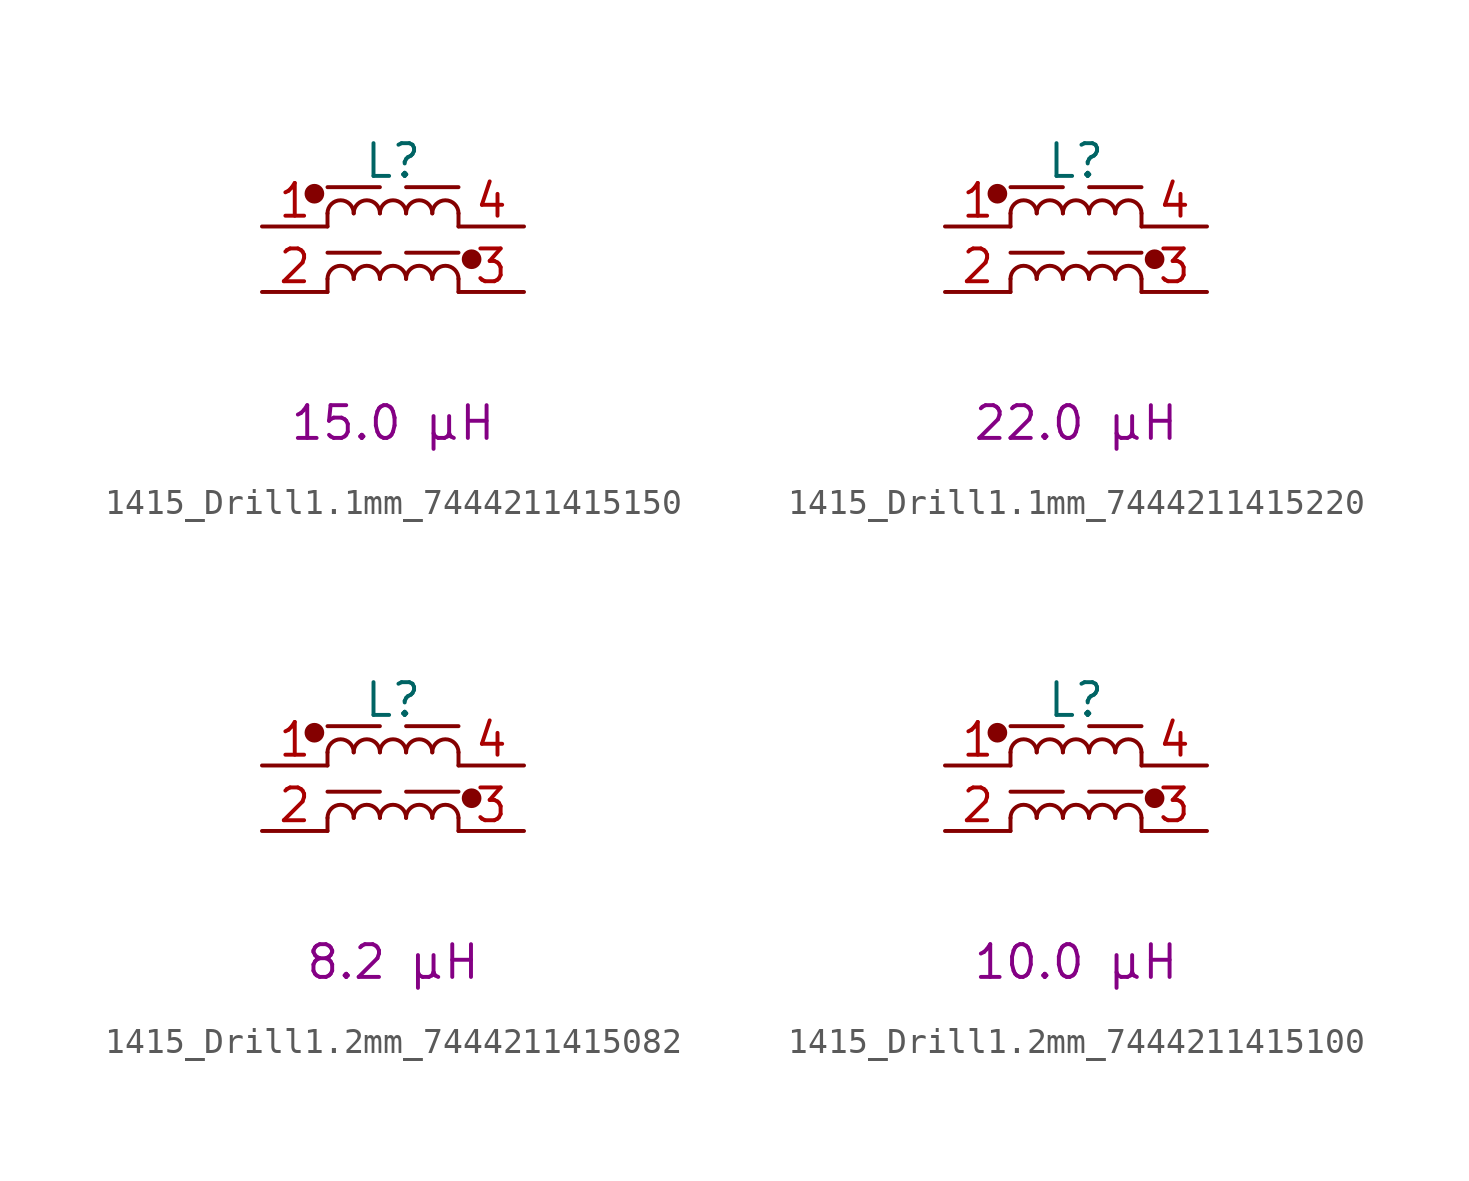
<source format=kicad_sym>
(kicad_symbol_lib
  (version 20220914)
  (generator kicad_symbol_editor)
  (symbol "1415_Drill1.1mm_7444211415150"
    (pin_names hide)
    (property "Reference" "L"
      (at 0 5.08 0)
      (effects (font (size 1.27 1.27))))
    (property "Critical Parameter" "15.0 µH"
      (at 0 -5.08 0)
      (effects (font (size 1.27 1.27))))
    (symbol "1415_Drill1.1mm_7444211415150_0_1"
      (arc (start -1.524 0.508) (mid -2.032 1.0138) (end -2.54 0.508) (stroke (width 0) (type default)) (fill (type none)))
      (arc (start -1.524 3.048) (mid -2.032 3.5538) (end -2.54 3.048) (stroke (width 0) (type default)) (fill (type none)))
      (arc (start -0.508 0.508) (mid -1.016 1.0138) (end -1.524 0.508) (stroke (width 0) (type default)) (fill (type none)))
      (arc (start -0.508 3.048) (mid -1.016 3.5538) (end -1.524 3.048) (stroke (width 0) (type default)) (fill (type none)))
      (polyline (pts (xy -2.54 0.508) (xy -2.54 0)) (stroke (width 0) (type default)) (fill (type none)))
      (polyline (pts (xy -2.54 1.524) (xy -0.508 1.524)) (stroke (width 0) (type default)) (fill (type none)))
      (polyline (pts (xy -2.54 3.048) (xy -2.54 2.54)) (stroke (width 0) (type default)) (fill (type none)))
      (polyline (pts (xy -2.54 4.064) (xy -0.508 4.064)) (stroke (width 0) (type default)) (fill (type none)))
      (polyline (pts (xy 0.508 1.524) (xy 2.54 1.524)) (stroke (width 0) (type default)) (fill (type none)))
      (polyline (pts (xy 0.508 4.064) (xy 2.54 4.064)) (stroke (width 0) (type default)) (fill (type none)))
      (polyline (pts (xy 2.54 0.508) (xy 2.54 0)) (stroke (width 0) (type default)) (fill (type none)))
      (polyline (pts (xy 2.54 3.048) (xy 2.54 2.54)) (stroke (width 0) (type default)) (fill (type none)))
      (arc (start 0.508 0.508) (mid 0 1.0138) (end -0.508 0.508) (stroke (width 0) (type default)) (fill (type none)))
      (arc (start 0.508 3.048) (mid 0 3.5538) (end -0.508 3.048) (stroke (width 0) (type default)) (fill (type none)))
      (arc (start 1.524 0.508) (mid 1.016 1.0138) (end 0.508 0.508) (stroke (width 0) (type default)) (fill (type none)))
      (arc (start 1.524 3.048) (mid 1.016 3.5538) (end 0.508 3.048) (stroke (width 0) (type default)) (fill (type none)))
      (arc (start 2.54 0.508) (mid 2.032 1.0138) (end 1.524 0.508) (stroke (width 0) (type default)) (fill (type none)))
      (arc (start 2.54 3.048) (mid 2.032 3.5538) (end 1.524 3.048) (stroke (width 0) (type default)) (fill (type none))))
    (symbol "1415_Drill1.1mm_7444211415150_1_1"
      (circle (center -3.048 3.81) (radius 0.0001) (stroke (width 0.381) (type default)) (fill (type none)))
      (circle (center 3.048 1.27) (radius 0.0001) (stroke (width 0.381) (type default)) (fill (type none)))
      (pin passive line (at -5.08 2.54 0) (length 2.54) (name "1" (effects (font (size 1.27 1.27)))) (number "1" (effects (font (size 1.27 1.27)))))
      (pin passive line (at -5.08 0 0) (length 2.54) (name "2" (effects (font (size 1.27 1.27)))) (number "2" (effects (font (size 1.27 1.27)))))
      (pin passive line (at 5.08 0 180) (length 2.54) (name "3" (effects (font (size 1.27 1.27)))) (number "3" (effects (font (size 1.27 1.27)))))
      (pin passive line (at 5.08 2.54 180) (length 2.54) (name "4" (effects (font (size 1.27 1.27)))) (number "4" (effects (font (size 1.27 1.27)))))))
  (symbol "1415_Drill1.1mm_7444211415220"
    (pin_names hide)
    (property "Reference" "L"
      (at 0 5.08 0)
      (effects (font (size 1.27 1.27))))
    (property "Critical Parameter" "22.0 µH"
      (at 0 -5.08 0)
      (effects (font (size 1.27 1.27))))
    (symbol "1415_Drill1.1mm_7444211415220_0_1"
      (arc (start -1.524 0.508) (mid -2.032 1.0138) (end -2.54 0.508) (stroke (width 0) (type default)) (fill (type none)))
      (arc (start -1.524 3.048) (mid -2.032 3.5538) (end -2.54 3.048) (stroke (width 0) (type default)) (fill (type none)))
      (arc (start -0.508 0.508) (mid -1.016 1.0138) (end -1.524 0.508) (stroke (width 0) (type default)) (fill (type none)))
      (arc (start -0.508 3.048) (mid -1.016 3.5538) (end -1.524 3.048) (stroke (width 0) (type default)) (fill (type none)))
      (polyline (pts (xy -2.54 0.508) (xy -2.54 0)) (stroke (width 0) (type default)) (fill (type none)))
      (polyline (pts (xy -2.54 1.524) (xy -0.508 1.524)) (stroke (width 0) (type default)) (fill (type none)))
      (polyline (pts (xy -2.54 3.048) (xy -2.54 2.54)) (stroke (width 0) (type default)) (fill (type none)))
      (polyline (pts (xy -2.54 4.064) (xy -0.508 4.064)) (stroke (width 0) (type default)) (fill (type none)))
      (polyline (pts (xy 0.508 1.524) (xy 2.54 1.524)) (stroke (width 0) (type default)) (fill (type none)))
      (polyline (pts (xy 0.508 4.064) (xy 2.54 4.064)) (stroke (width 0) (type default)) (fill (type none)))
      (polyline (pts (xy 2.54 0.508) (xy 2.54 0)) (stroke (width 0) (type default)) (fill (type none)))
      (polyline (pts (xy 2.54 3.048) (xy 2.54 2.54)) (stroke (width 0) (type default)) (fill (type none)))
      (arc (start 0.508 0.508) (mid 0 1.0138) (end -0.508 0.508) (stroke (width 0) (type default)) (fill (type none)))
      (arc (start 0.508 3.048) (mid 0 3.5538) (end -0.508 3.048) (stroke (width 0) (type default)) (fill (type none)))
      (arc (start 1.524 0.508) (mid 1.016 1.0138) (end 0.508 0.508) (stroke (width 0) (type default)) (fill (type none)))
      (arc (start 1.524 3.048) (mid 1.016 3.5538) (end 0.508 3.048) (stroke (width 0) (type default)) (fill (type none)))
      (arc (start 2.54 0.508) (mid 2.032 1.0138) (end 1.524 0.508) (stroke (width 0) (type default)) (fill (type none)))
      (arc (start 2.54 3.048) (mid 2.032 3.5538) (end 1.524 3.048) (stroke (width 0) (type default)) (fill (type none))))
    (symbol "1415_Drill1.1mm_7444211415220_1_1"
      (circle (center -3.048 3.81) (radius 0.0001) (stroke (width 0.381) (type default)) (fill (type none)))
      (circle (center 3.048 1.27) (radius 0.0001) (stroke (width 0.381) (type default)) (fill (type none)))
      (pin passive line (at -5.08 2.54 0) (length 2.54) (name "1" (effects (font (size 1.27 1.27)))) (number "1" (effects (font (size 1.27 1.27)))))
      (pin passive line (at -5.08 0 0) (length 2.54) (name "2" (effects (font (size 1.27 1.27)))) (number "2" (effects (font (size 1.27 1.27)))))
      (pin passive line (at 5.08 0 180) (length 2.54) (name "3" (effects (font (size 1.27 1.27)))) (number "3" (effects (font (size 1.27 1.27)))))
      (pin passive line (at 5.08 2.54 180) (length 2.54) (name "4" (effects (font (size 1.27 1.27)))) (number "4" (effects (font (size 1.27 1.27)))))))
  (symbol "1415_Drill1.2mm_7444211415082"
    (pin_names hide)
    (property "Reference" "L"
      (at 0 5.08 0)
      (effects (font (size 1.27 1.27))))
    (property "Critical Parameter" "8.2 µH"
      (at 0 -5.08 0)
      (effects (font (size 1.27 1.27))))
    (symbol "1415_Drill1.2mm_7444211415082_0_1"
      (arc (start -1.524 0.508) (mid -2.032 1.0138) (end -2.54 0.508) (stroke (width 0) (type default)) (fill (type none)))
      (arc (start -1.524 3.048) (mid -2.032 3.5538) (end -2.54 3.048) (stroke (width 0) (type default)) (fill (type none)))
      (arc (start -0.508 0.508) (mid -1.016 1.0138) (end -1.524 0.508) (stroke (width 0) (type default)) (fill (type none)))
      (arc (start -0.508 3.048) (mid -1.016 3.5538) (end -1.524 3.048) (stroke (width 0) (type default)) (fill (type none)))
      (polyline (pts (xy -2.54 0.508) (xy -2.54 0)) (stroke (width 0) (type default)) (fill (type none)))
      (polyline (pts (xy -2.54 1.524) (xy -0.508 1.524)) (stroke (width 0) (type default)) (fill (type none)))
      (polyline (pts (xy -2.54 3.048) (xy -2.54 2.54)) (stroke (width 0) (type default)) (fill (type none)))
      (polyline (pts (xy -2.54 4.064) (xy -0.508 4.064)) (stroke (width 0) (type default)) (fill (type none)))
      (polyline (pts (xy 0.508 1.524) (xy 2.54 1.524)) (stroke (width 0) (type default)) (fill (type none)))
      (polyline (pts (xy 0.508 4.064) (xy 2.54 4.064)) (stroke (width 0) (type default)) (fill (type none)))
      (polyline (pts (xy 2.54 0.508) (xy 2.54 0)) (stroke (width 0) (type default)) (fill (type none)))
      (polyline (pts (xy 2.54 3.048) (xy 2.54 2.54)) (stroke (width 0) (type default)) (fill (type none)))
      (arc (start 0.508 0.508) (mid 0 1.0138) (end -0.508 0.508) (stroke (width 0) (type default)) (fill (type none)))
      (arc (start 0.508 3.048) (mid 0 3.5538) (end -0.508 3.048) (stroke (width 0) (type default)) (fill (type none)))
      (arc (start 1.524 0.508) (mid 1.016 1.0138) (end 0.508 0.508) (stroke (width 0) (type default)) (fill (type none)))
      (arc (start 1.524 3.048) (mid 1.016 3.5538) (end 0.508 3.048) (stroke (width 0) (type default)) (fill (type none)))
      (arc (start 2.54 0.508) (mid 2.032 1.0138) (end 1.524 0.508) (stroke (width 0) (type default)) (fill (type none)))
      (arc (start 2.54 3.048) (mid 2.032 3.5538) (end 1.524 3.048) (stroke (width 0) (type default)) (fill (type none))))
    (symbol "1415_Drill1.2mm_7444211415082_1_1"
      (circle (center -3.048 3.81) (radius 0.0001) (stroke (width 0.381) (type default)) (fill (type none)))
      (circle (center 3.048 1.27) (radius 0.0001) (stroke (width 0.381) (type default)) (fill (type none)))
      (pin passive line (at -5.08 2.54 0) (length 2.54) (name "1" (effects (font (size 1.27 1.27)))) (number "1" (effects (font (size 1.27 1.27)))))
      (pin passive line (at -5.08 0 0) (length 2.54) (name "2" (effects (font (size 1.27 1.27)))) (number "2" (effects (font (size 1.27 1.27)))))
      (pin passive line (at 5.08 0 180) (length 2.54) (name "3" (effects (font (size 1.27 1.27)))) (number "3" (effects (font (size 1.27 1.27)))))
      (pin passive line (at 5.08 2.54 180) (length 2.54) (name "4" (effects (font (size 1.27 1.27)))) (number "4" (effects (font (size 1.27 1.27)))))))
  (symbol "1415_Drill1.2mm_7444211415100"
    (pin_names hide)
    (property "Reference" "L"
      (at 0 5.08 0)
      (effects (font (size 1.27 1.27))))
    (property "Critical Parameter" "10.0 µH"
      (at 0 -5.08 0)
      (effects (font (size 1.27 1.27))))
    (symbol "1415_Drill1.2mm_7444211415100_0_1"
      (arc (start -1.524 0.508) (mid -2.032 1.0138) (end -2.54 0.508) (stroke (width 0) (type default)) (fill (type none)))
      (arc (start -1.524 3.048) (mid -2.032 3.5538) (end -2.54 3.048) (stroke (width 0) (type default)) (fill (type none)))
      (arc (start -0.508 0.508) (mid -1.016 1.0138) (end -1.524 0.508) (stroke (width 0) (type default)) (fill (type none)))
      (arc (start -0.508 3.048) (mid -1.016 3.5538) (end -1.524 3.048) (stroke (width 0) (type default)) (fill (type none)))
      (polyline (pts (xy -2.54 0.508) (xy -2.54 0)) (stroke (width 0) (type default)) (fill (type none)))
      (polyline (pts (xy -2.54 1.524) (xy -0.508 1.524)) (stroke (width 0) (type default)) (fill (type none)))
      (polyline (pts (xy -2.54 3.048) (xy -2.54 2.54)) (stroke (width 0) (type default)) (fill (type none)))
      (polyline (pts (xy -2.54 4.064) (xy -0.508 4.064)) (stroke (width 0) (type default)) (fill (type none)))
      (polyline (pts (xy 0.508 1.524) (xy 2.54 1.524)) (stroke (width 0) (type default)) (fill (type none)))
      (polyline (pts (xy 0.508 4.064) (xy 2.54 4.064)) (stroke (width 0) (type default)) (fill (type none)))
      (polyline (pts (xy 2.54 0.508) (xy 2.54 0)) (stroke (width 0) (type default)) (fill (type none)))
      (polyline (pts (xy 2.54 3.048) (xy 2.54 2.54)) (stroke (width 0) (type default)) (fill (type none)))
      (arc (start 0.508 0.508) (mid 0 1.0138) (end -0.508 0.508) (stroke (width 0) (type default)) (fill (type none)))
      (arc (start 0.508 3.048) (mid 0 3.5538) (end -0.508 3.048) (stroke (width 0) (type default)) (fill (type none)))
      (arc (start 1.524 0.508) (mid 1.016 1.0138) (end 0.508 0.508) (stroke (width 0) (type default)) (fill (type none)))
      (arc (start 1.524 3.048) (mid 1.016 3.5538) (end 0.508 3.048) (stroke (width 0) (type default)) (fill (type none)))
      (arc (start 2.54 0.508) (mid 2.032 1.0138) (end 1.524 0.508) (stroke (width 0) (type default)) (fill (type none)))
      (arc (start 2.54 3.048) (mid 2.032 3.5538) (end 1.524 3.048) (stroke (width 0) (type default)) (fill (type none))))
    (symbol "1415_Drill1.2mm_7444211415100_1_1"
      (circle (center -3.048 3.81) (radius 0.0001) (stroke (width 0.381) (type default)) (fill (type none)))
      (circle (center 3.048 1.27) (radius 0.0001) (stroke (width 0.381) (type default)) (fill (type none)))
      (pin passive line (at -5.08 2.54 0) (length 2.54) (name "1" (effects (font (size 1.27 1.27)))) (number "1" (effects (font (size 1.27 1.27)))))
      (pin passive line (at -5.08 0 0) (length 2.54) (name "2" (effects (font (size 1.27 1.27)))) (number "2" (effects (font (size 1.27 1.27)))))
      (pin passive line (at 5.08 0 180) (length 2.54) (name "3" (effects (font (size 1.27 1.27)))) (number "3" (effects (font (size 1.27 1.27)))))
      (pin passive line (at 5.08 2.54 180) (length 2.54) (name "4" (effects (font (size 1.27 1.27)))) (number "4" (effects (font (size 1.27 1.27))))))))
</source>
